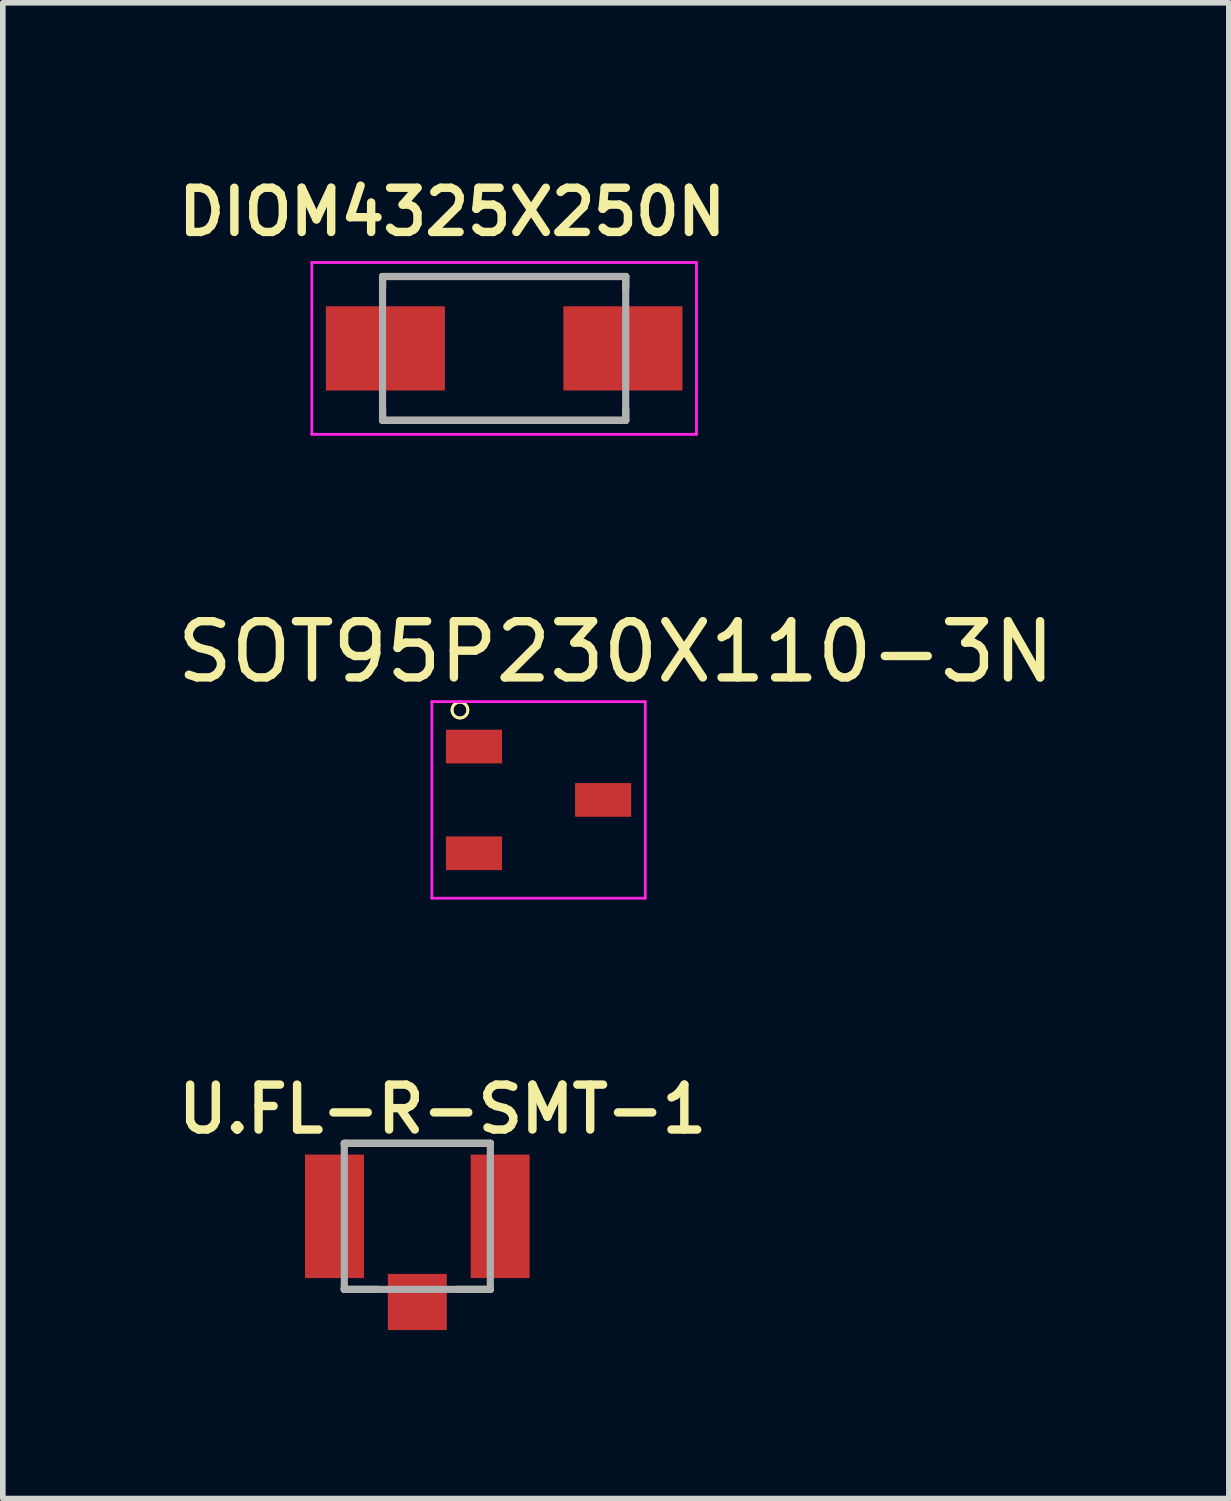
<source format=kicad_pcb>
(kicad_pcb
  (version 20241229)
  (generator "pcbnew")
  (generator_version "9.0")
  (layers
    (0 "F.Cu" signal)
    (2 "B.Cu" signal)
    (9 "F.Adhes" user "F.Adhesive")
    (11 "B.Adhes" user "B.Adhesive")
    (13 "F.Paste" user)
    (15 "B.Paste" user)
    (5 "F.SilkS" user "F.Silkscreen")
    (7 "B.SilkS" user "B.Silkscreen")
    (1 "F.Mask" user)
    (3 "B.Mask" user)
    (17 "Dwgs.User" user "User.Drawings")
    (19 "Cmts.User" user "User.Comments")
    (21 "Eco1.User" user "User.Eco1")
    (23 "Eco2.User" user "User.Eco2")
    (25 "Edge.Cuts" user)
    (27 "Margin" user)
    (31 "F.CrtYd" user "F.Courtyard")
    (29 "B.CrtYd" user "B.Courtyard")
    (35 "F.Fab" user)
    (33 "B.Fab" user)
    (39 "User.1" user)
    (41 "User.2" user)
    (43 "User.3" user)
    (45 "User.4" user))
  (footprint "DIOM4325X250N"
    (layer "F.Cu")
    (at 5.927 3.154)
    (property "Reference" "DIOM4325X250N" (at -0.925 -2.43 0) (layer "F.SilkS") (effects (font (size 0.787 0.787) (thickness 0.15))))
    (attr through_hole)
    (fp_line (start -2.165 -1.28) (end -2.165 -1.07) (stroke (width 0.127) (type solid)) (layer "F.SilkS"))
    (fp_line (start -2.165 1.28) (end -2.165 1.07) (stroke (width 0.127) (type solid)) (layer "F.SilkS"))
    (fp_line (start -2.165 1.28) (end 2.165 1.28) (stroke (width 0.127) (type solid)) (layer "F.SilkS"))
    (fp_line (start 2.165 -1.28) (end -2.165 -1.28) (stroke (width 0.127) (type solid)) (layer "F.SilkS"))
    (fp_line (start 2.165 -1.07) (end 2.165 -1.28) (stroke (width 0.127) (type solid)) (layer "F.SilkS"))
    (fp_line (start 2.165 1.28) (end 2.165 1.07) (stroke (width 0.127) (type solid)) (layer "F.SilkS"))
    (fp_line (start -3.425 -1.53) (end -3.425 1.53) (stroke (width 0.05) (type solid)) (layer "F.CrtYd"))
    (fp_line (start -3.425 1.53) (end 3.425 1.53) (stroke (width 0.05) (type solid)) (layer "F.CrtYd"))
    (fp_line (start 3.425 -1.53) (end -3.425 -1.53) (stroke (width 0.05) (type solid)) (layer "F.CrtYd"))
    (fp_line (start 3.425 1.53) (end 3.425 -1.53) (stroke (width 0.05) (type solid)) (layer "F.CrtYd"))
    (fp_line (start -2.165 -1.28) (end -2.165 1.28) (stroke (width 0.127) (type solid)) (layer "F.Fab"))
    (fp_line (start -2.165 1.28) (end 2.165 1.28) (stroke (width 0.127) (type solid)) (layer "F.Fab"))
    (fp_line (start 2.165 -1.28) (end -2.165 -1.28) (stroke (width 0.127) (type solid)) (layer "F.Fab"))
    (fp_line (start 2.165 1.28) (end 2.165 -1.28) (stroke (width 0.127) (type solid)) (layer "F.Fab"))
    (pad "1" smd rect (at -2.115 0) (size 2.12 1.5) (layers "F.Cu" "F.Mask" "F.Paste"))
    (pad "2" smd rect (at 2.115 0) (size 2.12 1.5) (layers "F.Cu" "F.Mask" "F.Paste")))
  (footprint "SOT95P230X110-3N"
    (layer "F.Cu")
    (at 6.54 11.194)
    (property "Reference" "SOT95P230X110-3N" (at 1.376 -2.637 0) (layer "F.SilkS") (effects (font (size 1.001 1.001) (thickness 0.15))))
    (attr through_hole)
    (fp_circle (center -1.4 -1.6) (end -1.259 -1.6) (stroke (width 0.05) (type solid)) (fill no) (layer "F.SilkS"))
    (fp_circle (center -1.4 -1.6) (end -1.259 -1.6) (stroke (width 0.05) (type solid)) (fill no) (layer "F.SilkS"))
    (fp_line (start -1.9 -1.75) (end 1.9 -1.75) (stroke (width 0.05) (type solid)) (layer "F.CrtYd"))
    (fp_line (start -1.9 1.75) (end -1.9 -1.75) (stroke (width 0.05) (type solid)) (layer "F.CrtYd"))
    (fp_line (start 1.9 -1.75) (end 1.9 1.75) (stroke (width 0.05) (type solid)) (layer "F.CrtYd"))
    (fp_line (start 1.9 1.75) (end -1.9 1.75) (stroke (width 0.05) (type solid)) (layer "F.CrtYd"))
    (pad "1" smd rect (at -1.15 -0.95) (size 1 0.6) (layers "F.Cu" "F.Mask" "F.Paste"))
    (pad "2" smd rect (at -1.15 0.95) (size 1 0.6) (layers "F.Cu" "F.Mask" "F.Paste"))
    (pad "3" smd rect (at 1.15 0 180) (size 1 0.6) (layers "F.Cu" "F.Mask" "F.Paste")))
  (footprint "U.FL-R-SMT-1"
    (layer "F.Cu")
    (at 4.381 18.609)
    (property "Reference" "U.FL-R-SMT-1" (at 0.45 -1.908 0) (layer "F.SilkS") (effects (font (size 0.8 0.8) (thickness 0.15))))
    (attr through_hole)
    (fp_line (start -1.3 -1.3) (end 1.3 -1.3) (stroke (width 0.127) (type solid)) (layer "F.SilkS"))
    (fp_line (start -1.3 -1.27) (end -1.3 -1.3) (stroke (width 0.127) (type solid)) (layer "F.SilkS"))
    (fp_line (start -1.3 1.3) (end -1.3 1.27) (stroke (width 0.127) (type solid)) (layer "F.SilkS"))
    (fp_line (start -0.7 1.3) (end -1.3 1.3) (stroke (width 0.127) (type solid)) (layer "F.SilkS"))
    (fp_line (start 0.7 1.3) (end 1.3 1.3) (stroke (width 0.127) (type solid)) (layer "F.SilkS"))
    (fp_line (start 1.3 -1.3) (end 1.3 -1.27) (stroke (width 0.127) (type solid)) (layer "F.SilkS"))
    (fp_line (start 1.3 1.3) (end 1.3 1.27) (stroke (width 0.127) (type solid)) (layer "F.SilkS"))
    (fp_line (start -1.3 -1.3) (end 1.3 -1.3) (stroke (width 0.127) (type solid)) (layer "F.Fab"))
    (fp_line (start -1.3 1.3) (end -1.3 -1.3) (stroke (width 0.127) (type solid)) (layer "F.Fab"))
    (fp_line (start 1.3 -1.3) (end 1.3 1.3) (stroke (width 0.127) (type solid)) (layer "F.Fab"))
    (fp_line (start 1.3 1.3) (end -1.3 1.3) (stroke (width 0.127) (type solid)) (layer "F.Fab"))
    (pad "GND1" smd rect (at -1.475 0) (size 1.05 2.2) (layers "F.Cu" "F.Mask" "F.Paste"))
    (pad "GND2" smd rect (at 1.475 0) (size 1.05 2.2) (layers "F.Cu" "F.Mask" "F.Paste"))
    (pad "SIG" smd rect (at 0 1.525) (size 1.05 1) (layers "F.Cu" "F.Mask" "F.Paste")))
  (gr_rect
    (start -3 -3)
    (end 18.832 23.634)
    (stroke (width 0.1) (type default))
    (fill no)
    (layer "Edge.Cuts")))
</source>
